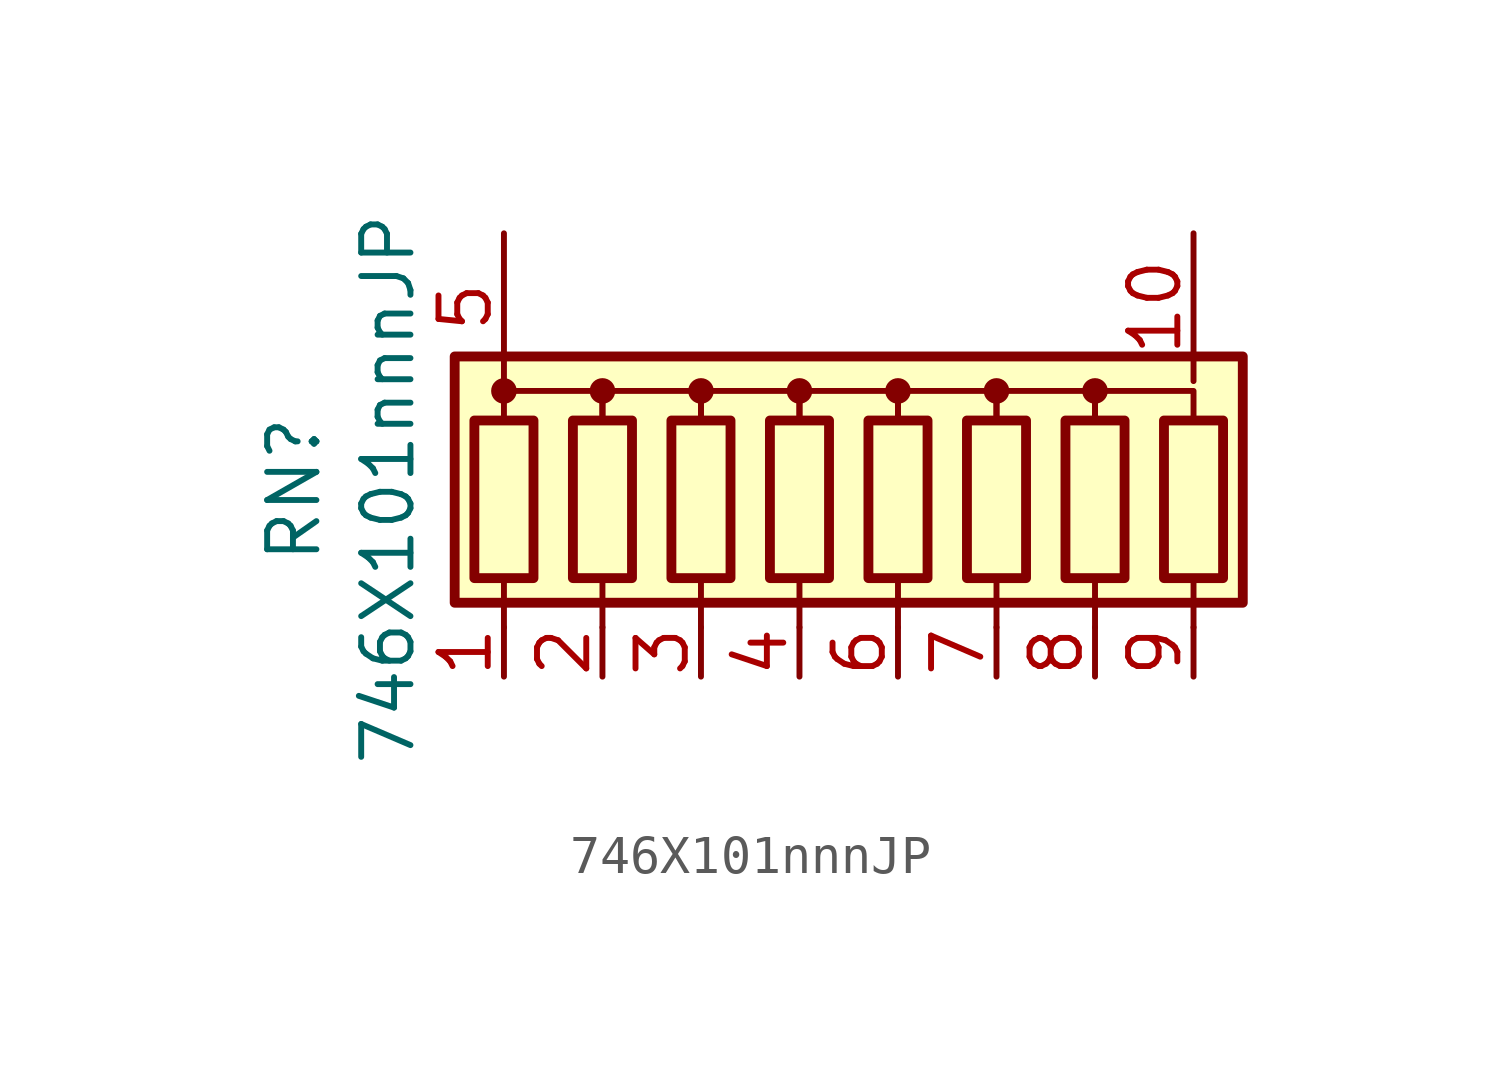
<source format=kicad_sym>
(kicad_symbol_lib
  (version 20231120)
  (generator "kicad_symbol_editor")
  (generator_version "8.0")
  (symbol "746X101nnnJP"
    (pin_names
      (offset 0) hide)
    (property "Reference" "RN"
      (at -15.575 -0.254 90)
      (effects (font (size 1.27 1.27))))
    (property "Value" "746X101nnnJP"
      (at -13.15 -0.254 90)
      (effects (font (size 1.27 1.27))))
    (symbol "746X101nnnJP_0_1"
      (rectangle (start -11.43 3.175) (end 8.89 -3.175) (stroke (width 0.254) (type default)) (fill (type background)))
      (rectangle (start -10.922 1.524) (end -9.398 -2.54) (stroke (width 0.254) (type default)) (fill (type none)))
      (circle (center -10.16 2.286) (radius 0.254) (stroke (width 0) (type default)) (fill (type outline)))
      (rectangle (start -8.382 1.524) (end -6.858 -2.54) (stroke (width 0.254) (type default)) (fill (type none)))
      (circle (center -7.62 2.286) (radius 0.254) (stroke (width 0) (type default)) (fill (type outline)))
      (rectangle (start -5.842 1.524) (end -4.318 -2.54) (stroke (width 0.254) (type default)) (fill (type none)))
      (circle (center -5.08 2.286) (radius 0.254) (stroke (width 0) (type default)) (fill (type outline)))
      (rectangle (start -3.302 1.524) (end -1.778 -2.54) (stroke (width 0.254) (type default)) (fill (type none)))
      (circle (center -2.54 2.286) (radius 0.254) (stroke (width 0) (type default)) (fill (type outline)))
      (rectangle (start -0.762 1.524) (end 0.762 -2.54) (stroke (width 0.254) (type default)) (fill (type none)))
      (polyline (pts (xy -10.16 -2.54) (xy -10.16 -3.81)) (stroke (width 0) (type default)) (fill (type none)))
      (polyline (pts (xy -7.62 -2.54) (xy -7.62 -3.81)) (stroke (width 0) (type default)) (fill (type none)))
      (polyline (pts (xy -5.08 -2.54) (xy -5.08 -3.81)) (stroke (width 0) (type default)) (fill (type none)))
      (polyline (pts (xy -2.54 -2.54) (xy -2.54 -3.81)) (stroke (width 0) (type default)) (fill (type none)))
      (polyline (pts (xy 0 -2.54) (xy 0 -3.81)) (stroke (width 0) (type default)) (fill (type none)))
      (polyline (pts (xy 2.54 -2.54) (xy 2.54 -3.81)) (stroke (width 0) (type default)) (fill (type none)))
      (polyline (pts (xy 5.08 -2.54) (xy 5.08 -3.81)) (stroke (width 0) (type default)) (fill (type none)))
      (polyline (pts (xy 7.62 -2.54) (xy 7.62 -3.81)) (stroke (width 0) (type default)) (fill (type none)))
      (polyline (pts (xy -10.16 1.524) (xy -10.16 2.286) (xy -7.62 2.286) (xy -7.62 1.524)) (stroke (width 0) (type default)) (fill (type none)))
      (polyline (pts (xy -7.62 1.524) (xy -7.62 2.286) (xy -5.08 2.286) (xy -5.08 1.524)) (stroke (width 0) (type default)) (fill (type none)))
      (polyline (pts (xy -5.08 1.524) (xy -5.08 2.286) (xy -2.54 2.286) (xy -2.54 1.524)) (stroke (width 0) (type default)) (fill (type none)))
      (polyline (pts (xy -2.54 1.524) (xy -2.54 2.286) (xy 0 2.286) (xy 0 1.524)) (stroke (width 0) (type default)) (fill (type none)))
      (polyline (pts (xy 0 1.524) (xy 0 2.286) (xy 2.54 2.286) (xy 2.54 1.524)) (stroke (width 0) (type default)) (fill (type none)))
      (polyline (pts (xy 2.54 1.524) (xy 2.54 2.286) (xy 5.08 2.286) (xy 5.08 1.524)) (stroke (width 0) (type default)) (fill (type none)))
      (polyline (pts (xy 5.08 1.524) (xy 5.08 2.286) (xy 7.62 2.286) (xy 7.62 1.524)) (stroke (width 0) (type default)) (fill (type none)))
      (circle (center 0 2.286) (radius 0.254) (stroke (width 0) (type default)) (fill (type outline)))
      (rectangle (start 1.778 1.524) (end 3.302 -2.54) (stroke (width 0.254) (type default)) (fill (type none)))
      (circle (center 2.54 2.286) (radius 0.254) (stroke (width 0) (type default)) (fill (type outline)))
      (rectangle (start 4.318 1.524) (end 5.842 -2.54) (stroke (width 0.254) (type default)) (fill (type none)))
      (circle (center 5.08 2.286) (radius 0.254) (stroke (width 0) (type default)) (fill (type outline)))
      (rectangle (start 6.858 1.524) (end 8.382 -2.54) (stroke (width 0.254) (type default)) (fill (type none))))
    (symbol "746X101nnnJP_1_1"
      (pin passive line (at -10.16 -5.08 90) (length 1.27) (name "R1" (effects (font (size 1.27 1.27)))) (number "1" (effects (font (size 1.27 1.27)))))
      (pin passive line (at 7.62 6.35 270) (length 3.81) (name "common" (effects (font (size 1.27 1.27)))) (number "10" (effects (font (size 1.27 1.27)))))
      (pin passive line (at -7.62 -5.08 90) (length 1.27) (name "R2" (effects (font (size 1.27 1.27)))) (number "2" (effects (font (size 1.27 1.27)))))
      (pin passive line (at -5.08 -5.08 90) (length 1.27) (name "R3" (effects (font (size 1.27 1.27)))) (number "3" (effects (font (size 1.27 1.27)))))
      (pin passive line (at -2.54 -5.08 90) (length 1.27) (name "R4" (effects (font (size 1.27 1.27)))) (number "4" (effects (font (size 1.27 1.27)))))
      (pin passive line (at -10.16 6.35 270) (length 3.81) (name "common" (effects (font (size 1.27 1.27)))) (number "5" (effects (font (size 1.27 1.27)))))
      (pin passive line (at 0 -5.08 90) (length 1.27) (name "R5" (effects (font (size 1.27 1.27)))) (number "6" (effects (font (size 1.27 1.27)))))
      (pin passive line (at 2.54 -5.08 90) (length 1.27) (name "R6" (effects (font (size 1.27 1.27)))) (number "7" (effects (font (size 1.27 1.27)))))
      (pin passive line (at 5.08 -5.08 90) (length 1.27) (name "R7" (effects (font (size 1.27 1.27)))) (number "8" (effects (font (size 1.27 1.27)))))
      (pin passive line (at 7.62 -5.08 90) (length 1.27) (name "R8" (effects (font (size 1.27 1.27)))) (number "9" (effects (font (size 1.27 1.27))))))))
</source>
